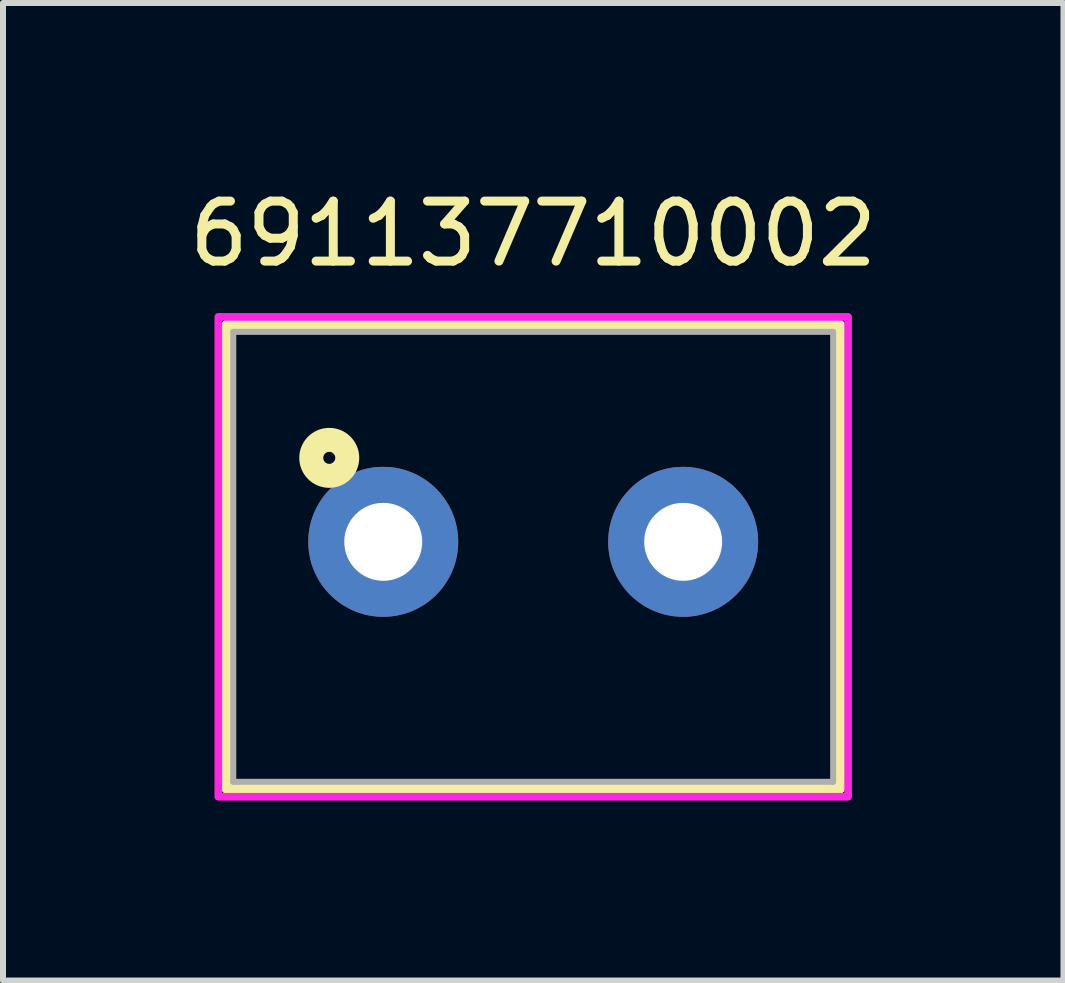
<source format=kicad_pcb>
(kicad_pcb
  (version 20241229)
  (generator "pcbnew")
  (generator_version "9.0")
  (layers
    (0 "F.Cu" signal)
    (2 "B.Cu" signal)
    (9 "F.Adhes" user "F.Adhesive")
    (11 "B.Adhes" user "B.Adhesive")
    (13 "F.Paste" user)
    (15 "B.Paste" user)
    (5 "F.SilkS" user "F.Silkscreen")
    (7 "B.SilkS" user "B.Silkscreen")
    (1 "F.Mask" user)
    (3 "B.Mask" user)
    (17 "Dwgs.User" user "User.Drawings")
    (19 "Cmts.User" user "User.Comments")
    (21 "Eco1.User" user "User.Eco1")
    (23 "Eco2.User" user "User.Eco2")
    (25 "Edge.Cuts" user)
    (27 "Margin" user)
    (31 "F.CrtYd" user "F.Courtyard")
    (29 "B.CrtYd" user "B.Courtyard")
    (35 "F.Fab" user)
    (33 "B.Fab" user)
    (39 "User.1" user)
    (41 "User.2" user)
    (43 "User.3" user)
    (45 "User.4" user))
  (footprint "691137710002"
    (layer "F.Cu")
    (at 5.839 5.983)
    (property "Reference" "691137710002" (at 0 -5.135 0) (layer "F.SilkS") (effects (font (size 1 1) (thickness 0.15))))
    (attr through_hole)
    (fp_line (start -5.1 -3.6) (end 5.1 -3.6) (stroke (width 0.2) (type solid)) (layer "F.SilkS"))
    (fp_line (start -5.1 4.1) (end -5.1 -3.6) (stroke (width 0.2) (type solid)) (layer "F.SilkS"))
    (fp_line (start 5.1 -3.6) (end 5.1 4.1) (stroke (width 0.2) (type solid)) (layer "F.SilkS"))
    (fp_line (start 5.1 4.1) (end -5.1 4.1) (stroke (width 0.2) (type solid)) (layer "F.SilkS"))
    (fp_circle (center -3.4 -1.4) (end -3.3 -1.4) (stroke (width 0.4) (type solid)) (fill no) (layer "F.SilkS"))
    (fp_poly (pts (xy -5.25 -3.75) (xy 5.25 -3.75) (xy 5.25 4.25) (xy -5.25 4.25)) (stroke (width 0.127) (type solid)) (fill no) (layer "F.CrtYd"))
    (fp_line (start -5 -3.5) (end 5 -3.5) (stroke (width 0.1) (type solid)) (layer "F.Fab"))
    (fp_line (start -5 4) (end -5 -3.5) (stroke (width 0.1) (type solid)) (layer "F.Fab"))
    (fp_line (start 5 -3.5) (end 5 4) (stroke (width 0.1) (type solid)) (layer "F.Fab"))
    (fp_line (start 5 4) (end -5 4) (stroke (width 0.1) (type solid)) (layer "F.Fab"))
    (pad "1" thru_hole circle (at -2.5 0) (size 2.5 2.5) (drill 1.3) (layers "*.Cu" "*.Mask"))
    (pad "2" thru_hole circle (at 2.5 0) (size 2.5 2.5) (drill 1.3) (layers "*.Cu" "*.Mask")))
  (gr_rect
    (start -3 -3)
    (end 14.679 13.297)
    (stroke (width 0.1) (type default))
    (fill no)
    (layer "Edge.Cuts")))
</source>
